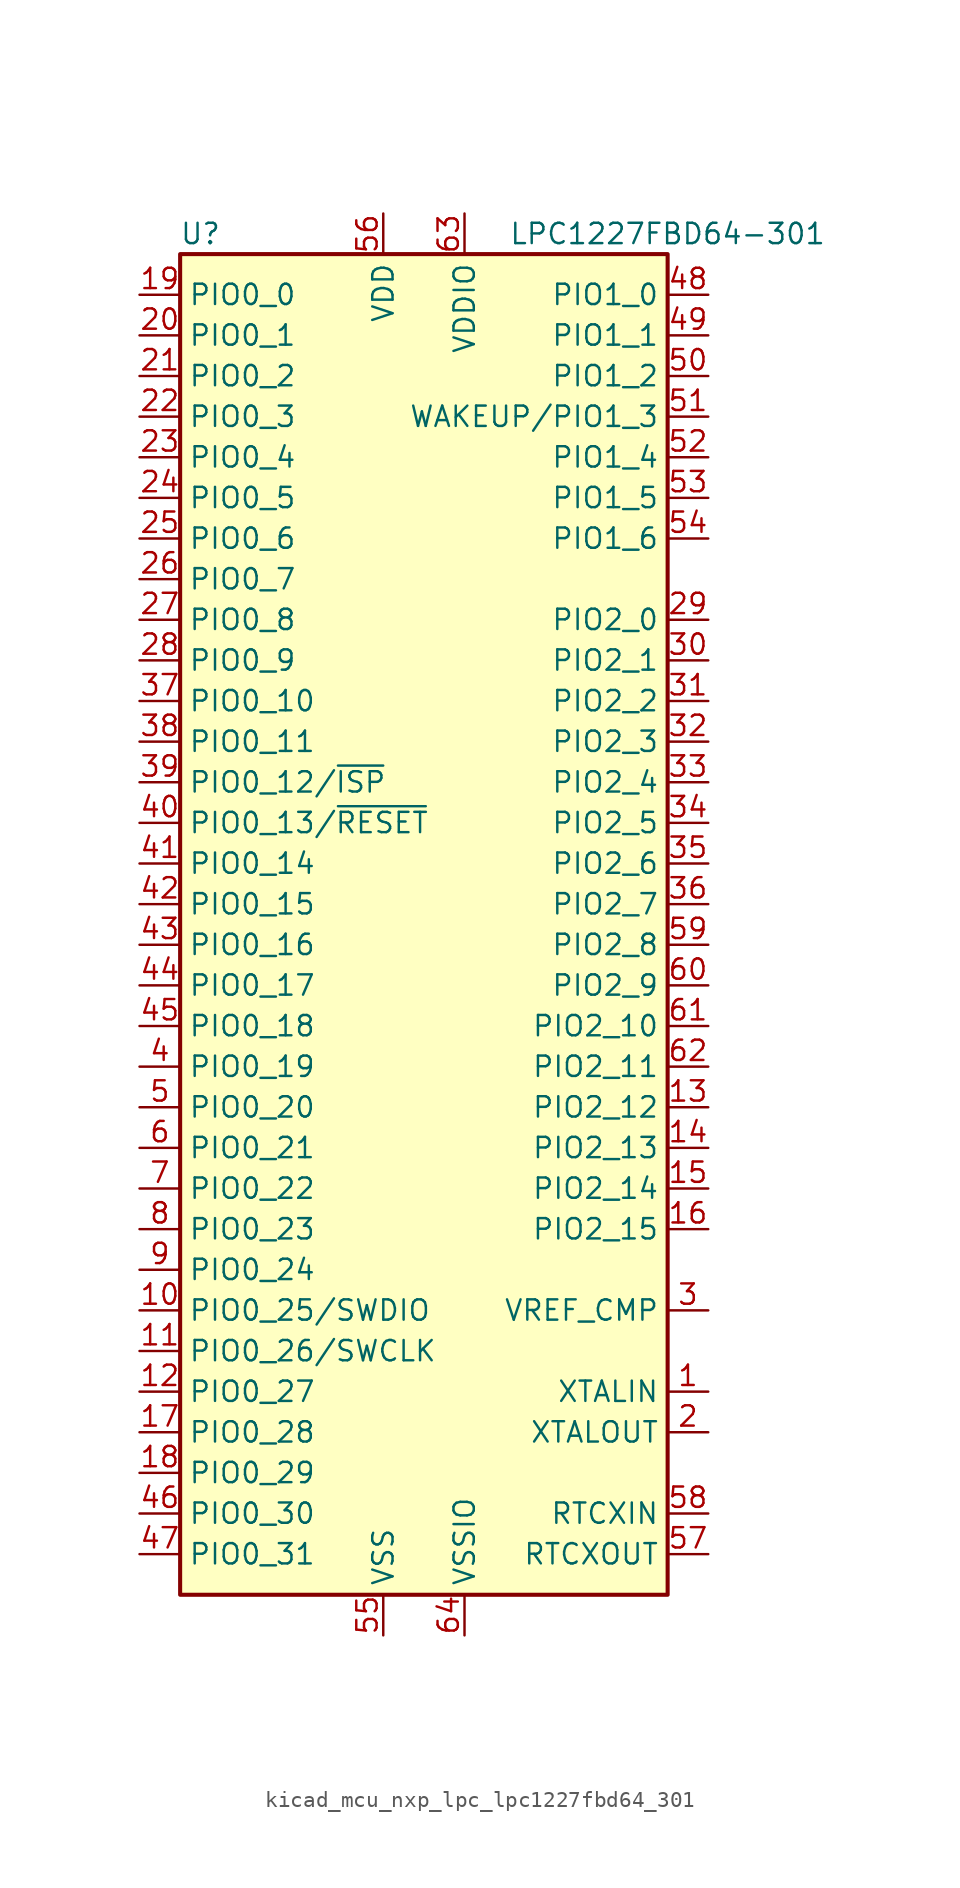
<source format=kicad_sym>
(kicad_symbol_lib
  (version 20220914)
  (generator kicad_symbol_editor)
  (symbol "kicad_mcu_nxp_lpc_lpc1227fbd64_301"
    (property "Reference" "U"
      (at -13.97 44.45 0)
      (effects (font (size 1.27 1.27))))
    (property "Value" "LPC1227FBD64-301"
      (at 15.24 44.45 0)
      (effects (font (size 1.27 1.27))))
    (symbol "kicad_mcu_nxp_lpc_lpc1227fbd64_301_0_1"
      (rectangle (start -15.24 43.18) (end 15.24 -40.64) (stroke (width 0.254) (type default)) (fill (type background))))
    (symbol "kicad_mcu_nxp_lpc_lpc1227fbd64_301_1_1"
      (pin input line (at 17.78 -27.94 180) (length 2.54) (name "XTALIN" (effects (font (size 1.27 1.27)))) (number "1" (effects (font (size 1.27 1.27)))))
      (pin bidirectional line (at -17.78 -22.86 0) (length 2.54) (name "PIO0_25/SWDIO" (effects (font (size 1.27 1.27)))) (number "10" (effects (font (size 1.27 1.27)))))
      (pin bidirectional line (at -17.78 -25.4 0) (length 2.54) (name "PIO0_26/SWCLK" (effects (font (size 1.27 1.27)))) (number "11" (effects (font (size 1.27 1.27)))))
      (pin bidirectional line (at -17.78 -27.94 0) (length 2.54) (name "PIO0_27" (effects (font (size 1.27 1.27)))) (number "12" (effects (font (size 1.27 1.27)))))
      (pin bidirectional line (at 17.78 -10.16 180) (length 2.54) (name "PIO2_12" (effects (font (size 1.27 1.27)))) (number "13" (effects (font (size 1.27 1.27)))))
      (pin bidirectional line (at 17.78 -12.7 180) (length 2.54) (name "PIO2_13" (effects (font (size 1.27 1.27)))) (number "14" (effects (font (size 1.27 1.27)))))
      (pin bidirectional line (at 17.78 -15.24 180) (length 2.54) (name "PIO2_14" (effects (font (size 1.27 1.27)))) (number "15" (effects (font (size 1.27 1.27)))))
      (pin bidirectional line (at 17.78 -17.78 180) (length 2.54) (name "PIO2_15" (effects (font (size 1.27 1.27)))) (number "16" (effects (font (size 1.27 1.27)))))
      (pin bidirectional line (at -17.78 -30.48 0) (length 2.54) (name "PIO0_28" (effects (font (size 1.27 1.27)))) (number "17" (effects (font (size 1.27 1.27)))))
      (pin bidirectional line (at -17.78 -33.02 0) (length 2.54) (name "PIO0_29" (effects (font (size 1.27 1.27)))) (number "18" (effects (font (size 1.27 1.27)))))
      (pin bidirectional line (at -17.78 40.64 0) (length 2.54) (name "PIO0_0" (effects (font (size 1.27 1.27)))) (number "19" (effects (font (size 1.27 1.27)))))
      (pin output line (at 17.78 -30.48 180) (length 2.54) (name "XTALOUT" (effects (font (size 1.27 1.27)))) (number "2" (effects (font (size 1.27 1.27)))))
      (pin bidirectional line (at -17.78 38.1 0) (length 2.54) (name "PIO0_1" (effects (font (size 1.27 1.27)))) (number "20" (effects (font (size 1.27 1.27)))))
      (pin bidirectional line (at -17.78 35.56 0) (length 2.54) (name "PIO0_2" (effects (font (size 1.27 1.27)))) (number "21" (effects (font (size 1.27 1.27)))))
      (pin bidirectional line (at -17.78 33.02 0) (length 2.54) (name "PIO0_3" (effects (font (size 1.27 1.27)))) (number "22" (effects (font (size 1.27 1.27)))))
      (pin bidirectional line (at -17.78 30.48 0) (length 2.54) (name "PIO0_4" (effects (font (size 1.27 1.27)))) (number "23" (effects (font (size 1.27 1.27)))))
      (pin bidirectional line (at -17.78 27.94 0) (length 2.54) (name "PIO0_5" (effects (font (size 1.27 1.27)))) (number "24" (effects (font (size 1.27 1.27)))))
      (pin bidirectional line (at -17.78 25.4 0) (length 2.54) (name "PIO0_6" (effects (font (size 1.27 1.27)))) (number "25" (effects (font (size 1.27 1.27)))))
      (pin bidirectional line (at -17.78 22.86 0) (length 2.54) (name "PIO0_7" (effects (font (size 1.27 1.27)))) (number "26" (effects (font (size 1.27 1.27)))))
      (pin bidirectional line (at -17.78 20.32 0) (length 2.54) (name "PIO0_8" (effects (font (size 1.27 1.27)))) (number "27" (effects (font (size 1.27 1.27)))))
      (pin bidirectional line (at -17.78 17.78 0) (length 2.54) (name "PIO0_9" (effects (font (size 1.27 1.27)))) (number "28" (effects (font (size 1.27 1.27)))))
      (pin bidirectional line (at 17.78 20.32 180) (length 2.54) (name "PIO2_0" (effects (font (size 1.27 1.27)))) (number "29" (effects (font (size 1.27 1.27)))))
      (pin input line (at 17.78 -22.86 180) (length 2.54) (name "VREF_CMP" (effects (font (size 1.27 1.27)))) (number "3" (effects (font (size 1.27 1.27)))))
      (pin bidirectional line (at 17.78 17.78 180) (length 2.54) (name "PIO2_1" (effects (font (size 1.27 1.27)))) (number "30" (effects (font (size 1.27 1.27)))))
      (pin bidirectional line (at 17.78 15.24 180) (length 2.54) (name "PIO2_2" (effects (font (size 1.27 1.27)))) (number "31" (effects (font (size 1.27 1.27)))))
      (pin bidirectional line (at 17.78 12.7 180) (length 2.54) (name "PIO2_3" (effects (font (size 1.27 1.27)))) (number "32" (effects (font (size 1.27 1.27)))))
      (pin bidirectional line (at 17.78 10.16 180) (length 2.54) (name "PIO2_4" (effects (font (size 1.27 1.27)))) (number "33" (effects (font (size 1.27 1.27)))))
      (pin bidirectional line (at 17.78 7.62 180) (length 2.54) (name "PIO2_5" (effects (font (size 1.27 1.27)))) (number "34" (effects (font (size 1.27 1.27)))))
      (pin bidirectional line (at 17.78 5.08 180) (length 2.54) (name "PIO2_6" (effects (font (size 1.27 1.27)))) (number "35" (effects (font (size 1.27 1.27)))))
      (pin bidirectional line (at 17.78 2.54 180) (length 2.54) (name "PIO2_7" (effects (font (size 1.27 1.27)))) (number "36" (effects (font (size 1.27 1.27)))))
      (pin bidirectional line (at -17.78 15.24 0) (length 2.54) (name "PIO0_10" (effects (font (size 1.27 1.27)))) (number "37" (effects (font (size 1.27 1.27)))))
      (pin bidirectional line (at -17.78 12.7 0) (length 2.54) (name "PIO0_11" (effects (font (size 1.27 1.27)))) (number "38" (effects (font (size 1.27 1.27)))))
      (pin bidirectional line (at -17.78 10.16 0) (length 2.54) (name "PIO0_12/~{ISP}" (effects (font (size 1.27 1.27)))) (number "39" (effects (font (size 1.27 1.27)))))
      (pin bidirectional line (at -17.78 -7.62 0) (length 2.54) (name "PIO0_19" (effects (font (size 1.27 1.27)))) (number "4" (effects (font (size 1.27 1.27)))))
      (pin bidirectional line (at -17.78 7.62 0) (length 2.54) (name "PIO0_13/~{RESET}" (effects (font (size 1.27 1.27)))) (number "40" (effects (font (size 1.27 1.27)))))
      (pin bidirectional line (at -17.78 5.08 0) (length 2.54) (name "PIO0_14" (effects (font (size 1.27 1.27)))) (number "41" (effects (font (size 1.27 1.27)))))
      (pin bidirectional line (at -17.78 2.54 0) (length 2.54) (name "PIO0_15" (effects (font (size 1.27 1.27)))) (number "42" (effects (font (size 1.27 1.27)))))
      (pin bidirectional line (at -17.78 0 0) (length 2.54) (name "PIO0_16" (effects (font (size 1.27 1.27)))) (number "43" (effects (font (size 1.27 1.27)))))
      (pin bidirectional line (at -17.78 -2.54 0) (length 2.54) (name "PIO0_17" (effects (font (size 1.27 1.27)))) (number "44" (effects (font (size 1.27 1.27)))))
      (pin bidirectional line (at -17.78 -5.08 0) (length 2.54) (name "PIO0_18" (effects (font (size 1.27 1.27)))) (number "45" (effects (font (size 1.27 1.27)))))
      (pin bidirectional line (at -17.78 -35.56 0) (length 2.54) (name "PIO0_30" (effects (font (size 1.27 1.27)))) (number "46" (effects (font (size 1.27 1.27)))))
      (pin bidirectional line (at -17.78 -38.1 0) (length 2.54) (name "PIO0_31" (effects (font (size 1.27 1.27)))) (number "47" (effects (font (size 1.27 1.27)))))
      (pin bidirectional line (at 17.78 40.64 180) (length 2.54) (name "PIO1_0" (effects (font (size 1.27 1.27)))) (number "48" (effects (font (size 1.27 1.27)))))
      (pin bidirectional line (at 17.78 38.1 180) (length 2.54) (name "PIO1_1" (effects (font (size 1.27 1.27)))) (number "49" (effects (font (size 1.27 1.27)))))
      (pin bidirectional line (at -17.78 -10.16 0) (length 2.54) (name "PIO0_20" (effects (font (size 1.27 1.27)))) (number "5" (effects (font (size 1.27 1.27)))))
      (pin bidirectional line (at 17.78 35.56 180) (length 2.54) (name "PIO1_2" (effects (font (size 1.27 1.27)))) (number "50" (effects (font (size 1.27 1.27)))))
      (pin bidirectional line (at 17.78 33.02 180) (length 2.54) (name "WAKEUP/PIO1_3" (effects (font (size 1.27 1.27)))) (number "51" (effects (font (size 1.27 1.27)))))
      (pin bidirectional line (at 17.78 30.48 180) (length 2.54) (name "PIO1_4" (effects (font (size 1.27 1.27)))) (number "52" (effects (font (size 1.27 1.27)))))
      (pin bidirectional line (at 17.78 27.94 180) (length 2.54) (name "PIO1_5" (effects (font (size 1.27 1.27)))) (number "53" (effects (font (size 1.27 1.27)))))
      (pin bidirectional line (at 17.78 25.4 180) (length 2.54) (name "PIO1_6" (effects (font (size 1.27 1.27)))) (number "54" (effects (font (size 1.27 1.27)))))
      (pin power_in line (at -2.54 -43.18 90) (length 2.54) (name "VSS" (effects (font (size 1.27 1.27)))) (number "55" (effects (font (size 1.27 1.27)))))
      (pin power_in line (at -2.54 45.72 270) (length 2.54) (name "VDD" (effects (font (size 1.27 1.27)))) (number "56" (effects (font (size 1.27 1.27)))))
      (pin output line (at 17.78 -38.1 180) (length 2.54) (name "RTCXOUT" (effects (font (size 1.27 1.27)))) (number "57" (effects (font (size 1.27 1.27)))))
      (pin input line (at 17.78 -35.56 180) (length 2.54) (name "RTCXIN" (effects (font (size 1.27 1.27)))) (number "58" (effects (font (size 1.27 1.27)))))
      (pin bidirectional line (at 17.78 0 180) (length 2.54) (name "PIO2_8" (effects (font (size 1.27 1.27)))) (number "59" (effects (font (size 1.27 1.27)))))
      (pin bidirectional line (at -17.78 -12.7 0) (length 2.54) (name "PIO0_21" (effects (font (size 1.27 1.27)))) (number "6" (effects (font (size 1.27 1.27)))))
      (pin bidirectional line (at 17.78 -2.54 180) (length 2.54) (name "PIO2_9" (effects (font (size 1.27 1.27)))) (number "60" (effects (font (size 1.27 1.27)))))
      (pin bidirectional line (at 17.78 -5.08 180) (length 2.54) (name "PIO2_10" (effects (font (size 1.27 1.27)))) (number "61" (effects (font (size 1.27 1.27)))))
      (pin bidirectional line (at 17.78 -7.62 180) (length 2.54) (name "PIO2_11" (effects (font (size 1.27 1.27)))) (number "62" (effects (font (size 1.27 1.27)))))
      (pin power_in line (at 2.54 45.72 270) (length 2.54) (name "VDDIO" (effects (font (size 1.27 1.27)))) (number "63" (effects (font (size 1.27 1.27)))))
      (pin power_in line (at 2.54 -43.18 90) (length 2.54) (name "VSSIO" (effects (font (size 1.27 1.27)))) (number "64" (effects (font (size 1.27 1.27)))))
      (pin bidirectional line (at -17.78 -15.24 0) (length 2.54) (name "PIO0_22" (effects (font (size 1.27 1.27)))) (number "7" (effects (font (size 1.27 1.27)))))
      (pin bidirectional line (at -17.78 -17.78 0) (length 2.54) (name "PIO0_23" (effects (font (size 1.27 1.27)))) (number "8" (effects (font (size 1.27 1.27)))))
      (pin bidirectional line (at -17.78 -20.32 0) (length 2.54) (name "PIO0_24" (effects (font (size 1.27 1.27)))) (number "9" (effects (font (size 1.27 1.27))))))))
</source>
